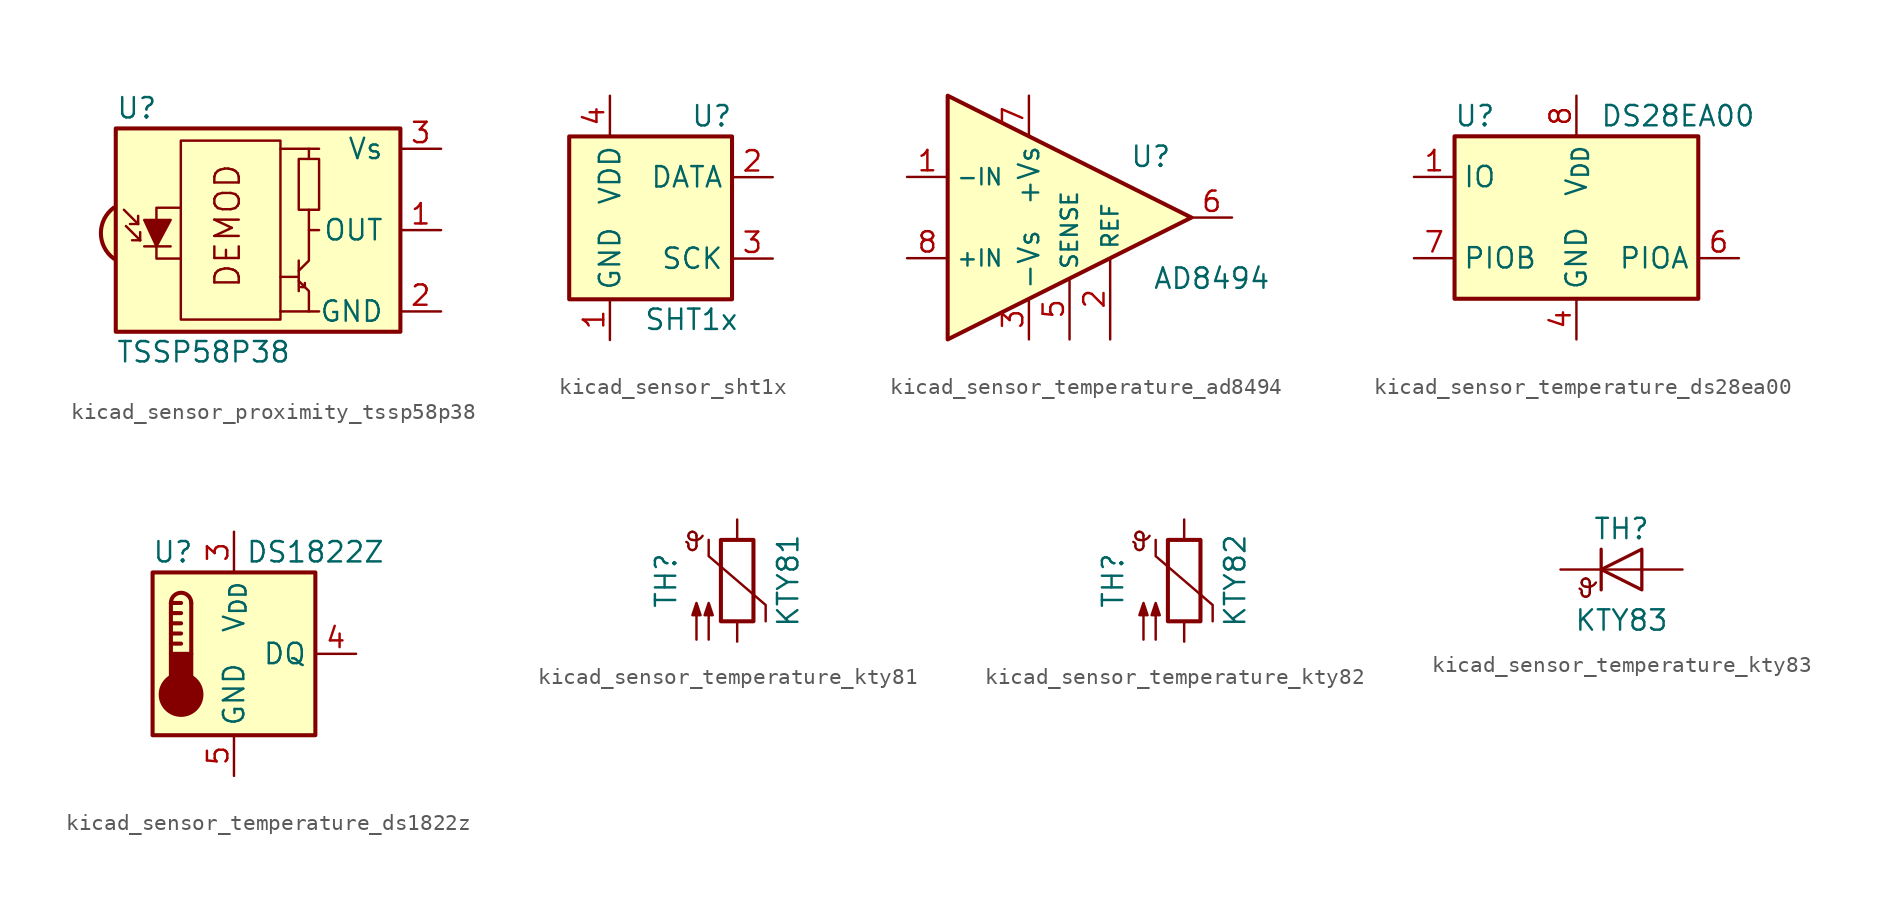
<source format=kicad_sym>
(kicad_symbol_lib
  (version 20220914)
  (generator kicad_symbol_editor)
  (symbol "kicad_sensor_proximity_tssp58p38"
    (pin_names
      (offset 1.016))
    (property "Reference" "U"
      (at -10.16 7.62 0)
      (effects (font (size 1.27 1.27)) (justify left)))
    (property "Value" "TSSP58P38"
      (at -10.16 -7.62 0)
      (effects (font (size 1.27 1.27)) (justify left)))
    (symbol "kicad_sensor_proximity_tssp58p38_0_0"
      (arc (start -10.287 1.397) (mid -11.0899 -0.1852) (end -10.287 -1.778) (stroke (width 0.254) (type default)) (fill (type background)))
      (polyline (pts (xy 1.905 -5.08) (xy 0.127 -5.08)) (stroke (width 0) (type default)) (fill (type none)))
      (polyline (pts (xy 1.905 5.08) (xy 0.127 5.08)) (stroke (width 0) (type default)) (fill (type none)))
      (text "DEMOD" (at -3.175 0.254 900) (effects (font (size 1.524 1.524)))))
    (symbol "kicad_sensor_proximity_tssp58p38_0_1"
      (rectangle (start -6.096 5.588) (end 0.127 -5.588) (stroke (width 0) (type default)) (fill (type none)))
      (polyline (pts (xy -8.763 0.381) (xy -9.652 1.27)) (stroke (width 0) (type default)) (fill (type none)))
      (polyline (pts (xy -8.763 0.381) (xy -9.271 0.381)) (stroke (width 0) (type default)) (fill (type none)))
      (polyline (pts (xy -8.763 0.381) (xy -8.763 0.889)) (stroke (width 0) (type default)) (fill (type none)))
      (polyline (pts (xy -8.636 -0.635) (xy -9.525 0.254)) (stroke (width 0) (type default)) (fill (type none)))
      (polyline (pts (xy -8.636 -0.635) (xy -9.144 -0.635)) (stroke (width 0) (type default)) (fill (type none)))
      (polyline (pts (xy -8.636 -0.635) (xy -8.636 -0.127)) (stroke (width 0) (type default)) (fill (type none)))
      (polyline (pts (xy -8.382 -1.016) (xy -6.731 -1.016)) (stroke (width 0) (type default)) (fill (type none)))
      (polyline (pts (xy 1.27 -2.921) (xy 0.127 -2.921)) (stroke (width 0) (type default)) (fill (type none)))
      (polyline (pts (xy 1.27 -1.905) (xy 1.27 -3.81)) (stroke (width 0) (type default)) (fill (type none)))
      (polyline (pts (xy 1.397 -3.556) (xy 1.524 -3.556)) (stroke (width 0) (type default)) (fill (type none)))
      (polyline (pts (xy 1.651 -3.556) (xy 1.524 -3.556)) (stroke (width 0) (type default)) (fill (type none)))
      (polyline (pts (xy 1.651 -3.556) (xy 1.651 -3.302)) (stroke (width 0) (type default)) (fill (type none)))
      (polyline (pts (xy 1.905 0) (xy 1.905 1.27)) (stroke (width 0) (type default)) (fill (type none)))
      (polyline (pts (xy 1.905 4.445) (xy 1.905 5.08) (xy 2.54 5.08)) (stroke (width 0) (type default)) (fill (type none)))
      (polyline (pts (xy -8.382 0.635) (xy -6.731 0.635) (xy -7.62 -1.016) (xy -8.382 0.635)) (stroke (width 0) (type default)) (fill (type outline)))
      (polyline (pts (xy -6.096 1.397) (xy -7.62 1.397) (xy -7.62 -1.778) (xy -6.096 -1.778)) (stroke (width 0) (type default)) (fill (type none)))
      (polyline (pts (xy 1.27 -3.175) (xy 1.905 -3.81) (xy 1.905 -5.08) (xy 2.54 -5.08)) (stroke (width 0) (type default)) (fill (type none)))
      (polyline (pts (xy 1.27 -2.54) (xy 1.905 -1.905) (xy 1.905 0) (xy 2.54 0)) (stroke (width 0) (type default)) (fill (type none)))
      (rectangle (start 2.54 1.27) (end 1.27 4.445) (stroke (width 0) (type default)) (fill (type none)))
      (rectangle (start 7.62 6.35) (end -10.16 -6.35) (stroke (width 0.254) (type default)) (fill (type background))))
    (symbol "kicad_sensor_proximity_tssp58p38_1_1"
      (pin output line (at 10.16 0 180) (length 2.54) (name "OUT" (effects (font (size 1.27 1.27)))) (number "1" (effects (font (size 1.27 1.27)))))
      (pin power_in line (at 10.16 -5.08 180) (length 2.54) (name "GND" (effects (font (size 1.27 1.27)))) (number "2" (effects (font (size 1.27 1.27)))))
      (pin power_in line (at 10.16 5.08 180) (length 2.54) (name "Vs" (effects (font (size 1.27 1.27)))) (number "3" (effects (font (size 1.27 1.27)))))))
  (symbol "kicad_sensor_sht1x"
    (property "Reference" "U"
      (at 3.81 6.35 0)
      (effects (font (size 1.27 1.27))))
    (property "Value" "SHT1x"
      (at 2.54 -6.35 0)
      (effects (font (size 1.27 1.27))))
    (symbol "kicad_sensor_sht1x_0_1"
      (rectangle (start -5.08 5.08) (end 5.08 -5.08) (stroke (width 0.254) (type default)) (fill (type background))))
    (symbol "kicad_sensor_sht1x_1_1"
      (pin power_in line (at -2.54 -7.62 90) (length 2.54) (name "GND" (effects (font (size 1.27 1.27)))) (number "1" (effects (font (size 1.27 1.27)))))
      (pin bidirectional line (at 7.62 2.54 180) (length 2.54) (name "DATA" (effects (font (size 1.27 1.27)))) (number "2" (effects (font (size 1.27 1.27)))))
      (pin input line (at 7.62 -2.54 180) (length 2.54) (name "SCK" (effects (font (size 1.27 1.27)))) (number "3" (effects (font (size 1.27 1.27)))))
      (pin power_in line (at -2.54 7.62 270) (length 2.54) (name "VDD" (effects (font (size 1.27 1.27)))) (number "4" (effects (font (size 1.27 1.27)))))))
  (symbol "kicad_sensor_temperature_ad8494"
    (property "Reference" "U"
      (at 5.08 3.81 0)
      (effects (font (size 1.27 1.27))))
    (property "Value" "AD8494"
      (at 8.89 -3.81 0)
      (effects (font (size 1.27 1.27))))
    (symbol "kicad_sensor_temperature_ad8494_0_1"
      (polyline (pts (xy -7.62 7.62) (xy 7.62 0) (xy -7.62 -7.62) (xy -7.62 7.62)) (stroke (width 0.254) (type default)) (fill (type background))))
    (symbol "kicad_sensor_temperature_ad8494_1_1"
      (pin input line (at -10.16 2.54 0) (length 2.54) (name "-IN" (effects (font (size 1.016 1.016)))) (number "1" (effects (font (size 1.27 1.27)))))
      (pin input line (at 2.54 -7.62 90) (length 5.08) (name "REF" (effects (font (size 1.016 1.016)))) (number "2" (effects (font (size 1.27 1.27)))))
      (pin power_in line (at -2.54 -7.62 90) (length 2.54) (name "-Vs" (effects (font (size 1.27 1.27)))) (number "3" (effects (font (size 1.27 1.27)))))
      (pin no_connect line (at -5.08 0 180) (length 2.54) hide (name "NC" (effects (font (size 1.27 1.27)))) (number "4" (effects (font (size 1.27 1.27)))))
      (pin passive line (at 0 -7.62 90) (length 3.81) (name "SENSE" (effects (font (size 1.016 1.016)))) (number "5" (effects (font (size 1.27 1.27)))))
      (pin output line (at 10.16 0 180) (length 2.54) (name "~" (effects (font (size 1.27 1.27)))) (number "6" (effects (font (size 1.27 1.27)))))
      (pin power_in line (at -2.54 7.62 270) (length 2.54) (name "+Vs" (effects (font (size 1.27 1.27)))) (number "7" (effects (font (size 1.27 1.27)))))
      (pin input line (at -10.16 -2.54 0) (length 2.54) (name "+IN" (effects (font (size 1.016 1.016)))) (number "8" (effects (font (size 1.27 1.27)))))))
  (symbol "kicad_sensor_temperature_ds28ea00"
    (property "Reference" "U"
      (at -6.35 6.35 0)
      (effects (font (size 1.27 1.27))))
    (property "Value" "DS28EA00"
      (at 6.35 6.35 0)
      (effects (font (size 1.27 1.27))))
    (symbol "kicad_sensor_temperature_ds28ea00_0_1"
      (rectangle (start -7.62 5.08) (end 7.62 -5.08) (stroke (width 0.254) (type default)) (fill (type background))))
    (symbol "kicad_sensor_temperature_ds28ea00_1_1"
      (pin bidirectional line (at -10.16 2.54 0) (length 2.54) (name "IO" (effects (font (size 1.27 1.27)))) (number "1" (effects (font (size 1.27 1.27)))))
      (pin no_connect line (at -7.62 0 0) (length 2.54) hide (name "NC" (effects (font (size 1.27 1.27)))) (number "2" (effects (font (size 1.27 1.27)))))
      (pin no_connect line (at 7.62 2.54 180) (length 2.54) hide (name "NC" (effects (font (size 1.27 1.27)))) (number "3" (effects (font (size 1.27 1.27)))))
      (pin power_in line (at 0 -7.62 90) (length 2.54) (name "GND" (effects (font (size 1.27 1.27)))) (number "4" (effects (font (size 1.27 1.27)))))
      (pin no_connect line (at 7.62 0 180) (length 2.54) hide (name "NC" (effects (font (size 1.27 1.27)))) (number "5" (effects (font (size 1.27 1.27)))))
      (pin bidirectional line (at 10.16 -2.54 180) (length 2.54) (name "PIOA" (effects (font (size 1.27 1.27)))) (number "6" (effects (font (size 1.27 1.27)))))
      (pin bidirectional line (at -10.16 -2.54 0) (length 2.54) (name "PIOB" (effects (font (size 1.27 1.27)))) (number "7" (effects (font (size 1.27 1.27)))))
      (pin power_in line (at 0 7.62 270) (length 2.54) (name "V_{DD}" (effects (font (size 1.27 1.27)))) (number "8" (effects (font (size 1.27 1.27)))))))
  (symbol "kicad_sensor_temperature_ds1822z"
    (property "Reference" "U"
      (at -3.81 6.35 0)
      (effects (font (size 1.27 1.27))))
    (property "Value" "DS1822Z"
      (at 5.08 6.35 0)
      (effects (font (size 1.27 1.27))))
    (symbol "kicad_sensor_temperature_ds1822z_0_1"
      (rectangle (start -5.08 5.08) (end 5.08 -5.08) (stroke (width 0.254) (type default)) (fill (type background)))
      (circle (center -3.302 -2.54) (radius 1.27) (stroke (width 0.254) (type default)) (fill (type outline)))
      (rectangle (start -2.667 -1.905) (end -3.937 0) (stroke (width 0.254) (type default)) (fill (type outline)))
      (arc (start -2.667 3.175) (mid -3.302 3.8073) (end -3.937 3.175) (stroke (width 0.254) (type default)) (fill (type none)))
      (polyline (pts (xy -3.937 0.635) (xy -3.302 0.635)) (stroke (width 0.254) (type default)) (fill (type none)))
      (polyline (pts (xy -3.937 1.27) (xy -3.302 1.27)) (stroke (width 0.254) (type default)) (fill (type none)))
      (polyline (pts (xy -3.937 1.905) (xy -3.302 1.905)) (stroke (width 0.254) (type default)) (fill (type none)))
      (polyline (pts (xy -3.937 2.54) (xy -3.302 2.54)) (stroke (width 0.254) (type default)) (fill (type none)))
      (polyline (pts (xy -3.937 3.175) (xy -3.937 0)) (stroke (width 0.254) (type default)) (fill (type none)))
      (polyline (pts (xy -3.937 3.175) (xy -3.302 3.175)) (stroke (width 0.254) (type default)) (fill (type none)))
      (polyline (pts (xy -2.667 3.175) (xy -2.667 0)) (stroke (width 0.254) (type default)) (fill (type none))))
    (symbol "kicad_sensor_temperature_ds1822z_1_1"
      (pin no_connect line (at -5.08 2.54 0) (length 2.54) hide (name "NC" (effects (font (size 1.27 1.27)))) (number "1" (effects (font (size 1.27 1.27)))))
      (pin no_connect line (at -5.08 0 0) (length 2.54) hide (name "NC" (effects (font (size 1.27 1.27)))) (number "2" (effects (font (size 1.27 1.27)))))
      (pin power_in line (at 0 7.62 270) (length 2.54) (name "V_{DD}" (effects (font (size 1.27 1.27)))) (number "3" (effects (font (size 1.27 1.27)))))
      (pin bidirectional line (at 7.62 0 180) (length 2.54) (name "DQ" (effects (font (size 1.27 1.27)))) (number "4" (effects (font (size 1.27 1.27)))))
      (pin power_in line (at 0 -7.62 90) (length 2.54) (name "GND" (effects (font (size 1.27 1.27)))) (number "5" (effects (font (size 1.27 1.27)))))
      (pin no_connect line (at -5.08 -2.54 0) (length 2.54) hide (name "NC" (effects (font (size 1.27 1.27)))) (number "6" (effects (font (size 1.27 1.27)))))
      (pin no_connect line (at 5.08 2.54 180) (length 2.54) hide (name "NC" (effects (font (size 1.27 1.27)))) (number "7" (effects (font (size 1.27 1.27)))))
      (pin no_connect line (at 5.08 -2.54 180) (length 2.54) hide (name "NC" (effects (font (size 1.27 1.27)))) (number "8" (effects (font (size 1.27 1.27)))))))
  (symbol "kicad_sensor_temperature_kty81"
    (pin_numbers hide)
    (pin_names
      (offset 0))
    (property "Reference" "TH"
      (at -4.445 0 90)
      (effects (font (size 1.27 1.27))))
    (property "Value" "KTY81"
      (at 3.175 0 90)
      (effects (font (size 1.27 1.27))))
    (symbol "kicad_sensor_temperature_kty81_0_1"
      (arc (start -3.048 2.159) (mid -3.0495 2.3143) (end -3.175 2.413) (stroke (width 0) (type default)) (fill (type none)))
      (arc (start -3.048 2.159) (mid -2.9736 1.9794) (end -2.794 1.905) (stroke (width 0) (type default)) (fill (type none)))
      (arc (start -3.048 2.794) (mid -2.9736 2.6144) (end -2.794 2.54) (stroke (width 0) (type default)) (fill (type none)))
      (arc (start -2.794 1.905) (mid -2.6144 1.9794) (end -2.54 2.159) (stroke (width 0) (type default)) (fill (type none)))
      (arc (start -2.794 2.54) (mid -2.4393 2.5587) (end -2.159 2.794) (stroke (width 0) (type default)) (fill (type none)))
      (arc (start -2.794 3.048) (mid -2.9736 2.9736) (end -3.048 2.794) (stroke (width 0) (type default)) (fill (type none)))
      (arc (start -2.54 2.794) (mid -2.6144 2.9736) (end -2.794 3.048) (stroke (width 0) (type default)) (fill (type none)))
      (rectangle (start -1.016 2.54) (end 1.016 -2.54) (stroke (width 0.254) (type default)) (fill (type none)))
      (polyline (pts (xy -2.54 2.159) (xy -2.54 2.794)) (stroke (width 0) (type default)) (fill (type none)))
      (polyline (pts (xy -1.778 2.54) (xy -1.778 1.524) (xy 1.778 -1.524) (xy 1.778 -2.54)) (stroke (width 0) (type default)) (fill (type none)))
      (polyline (pts (xy -2.54 -3.683) (xy -2.54 -1.397) (xy -2.794 -2.159) (xy -2.286 -2.159) (xy -2.54 -1.397) (xy -2.54 -1.651)) (stroke (width 0) (type default)) (fill (type outline)))
      (polyline (pts (xy -1.778 -3.683) (xy -1.778 -1.397) (xy -2.032 -2.159) (xy -1.524 -2.159) (xy -1.778 -1.397) (xy -1.778 -1.651)) (stroke (width 0) (type default)) (fill (type outline))))
    (symbol "kicad_sensor_temperature_kty81_1_1"
      (pin passive line (at 0 3.81 270) (length 1.27) (name "~" (effects (font (size 1.27 1.27)))) (number "1" (effects (font (size 1.27 1.27)))))
      (pin passive line (at 0 -3.81 90) (length 1.27) (name "~" (effects (font (size 1.27 1.27)))) (number "2" (effects (font (size 1.27 1.27)))))))
  (symbol "kicad_sensor_temperature_kty82"
    (pin_numbers hide)
    (pin_names
      (offset 0))
    (property "Reference" "TH"
      (at -4.445 0 90)
      (effects (font (size 1.27 1.27))))
    (property "Value" "KTY82"
      (at 3.175 0 90)
      (effects (font (size 1.27 1.27))))
    (symbol "kicad_sensor_temperature_kty82_0_1"
      (arc (start -3.048 2.159) (mid -3.0495 2.3143) (end -3.175 2.413) (stroke (width 0) (type default)) (fill (type none)))
      (arc (start -3.048 2.159) (mid -2.9736 1.9794) (end -2.794 1.905) (stroke (width 0) (type default)) (fill (type none)))
      (arc (start -3.048 2.794) (mid -2.9736 2.6144) (end -2.794 2.54) (stroke (width 0) (type default)) (fill (type none)))
      (arc (start -2.794 1.905) (mid -2.6144 1.9794) (end -2.54 2.159) (stroke (width 0) (type default)) (fill (type none)))
      (arc (start -2.794 2.54) (mid -2.4393 2.5587) (end -2.159 2.794) (stroke (width 0) (type default)) (fill (type none)))
      (arc (start -2.794 3.048) (mid -2.9736 2.9736) (end -3.048 2.794) (stroke (width 0) (type default)) (fill (type none)))
      (arc (start -2.54 2.794) (mid -2.6144 2.9736) (end -2.794 3.048) (stroke (width 0) (type default)) (fill (type none)))
      (rectangle (start -1.016 2.54) (end 1.016 -2.54) (stroke (width 0.254) (type default)) (fill (type none)))
      (polyline (pts (xy -2.54 2.159) (xy -2.54 2.794)) (stroke (width 0) (type default)) (fill (type none)))
      (polyline (pts (xy -1.778 2.54) (xy -1.778 1.524) (xy 1.778 -1.524) (xy 1.778 -2.54)) (stroke (width 0) (type default)) (fill (type none)))
      (polyline (pts (xy -2.54 -3.683) (xy -2.54 -1.397) (xy -2.794 -2.159) (xy -2.286 -2.159) (xy -2.54 -1.397) (xy -2.54 -1.651)) (stroke (width 0) (type default)) (fill (type outline)))
      (polyline (pts (xy -1.778 -3.683) (xy -1.778 -1.397) (xy -2.032 -2.159) (xy -1.524 -2.159) (xy -1.778 -1.397) (xy -1.778 -1.651)) (stroke (width 0) (type default)) (fill (type outline))))
    (symbol "kicad_sensor_temperature_kty82_1_1"
      (pin passive line (at 0 3.81 270) (length 1.27) (name "~" (effects (font (size 1.27 1.27)))) (number "1" (effects (font (size 1.27 1.27)))))
      (pin passive line (at 0 -3.81 90) (length 1.27) (name "~" (effects (font (size 1.27 1.27)))) (number "2" (effects (font (size 1.27 1.27)))))))
  (symbol "kicad_sensor_temperature_kty83"
    (pin_numbers hide)
    (pin_names
      (offset 0) hide)
    (property "Reference" "TH"
      (at 0 2.54 0)
      (effects (font (size 1.27 1.27))))
    (property "Value" "KTY83"
      (at 0 -3.175 0)
      (effects (font (size 1.27 1.27))))
    (symbol "kicad_sensor_temperature_kty83_0_1"
      (arc (start -2.4892 -1.4478) (mid -2.4907 -1.2925) (end -2.6162 -1.1938) (stroke (width 0) (type default)) (fill (type none)))
      (arc (start -2.4892 -1.4478) (mid -2.4148 -1.6274) (end -2.2352 -1.7018) (stroke (width 0) (type default)) (fill (type none)))
      (arc (start -2.4892 -0.8128) (mid -2.4148 -0.9924) (end -2.2352 -1.0668) (stroke (width 0) (type default)) (fill (type none)))
      (arc (start -2.2352 -1.7018) (mid -2.0556 -1.6274) (end -1.9812 -1.4478) (stroke (width 0) (type default)) (fill (type none)))
      (arc (start -2.2352 -1.0668) (mid -1.8805 -1.0481) (end -1.6002 -0.8128) (stroke (width 0) (type default)) (fill (type none)))
      (arc (start -2.2352 -0.5588) (mid -2.4148 -0.6332) (end -2.4892 -0.8128) (stroke (width 0) (type default)) (fill (type none)))
      (arc (start -1.9812 -0.8128) (mid -2.0556 -0.6332) (end -2.2352 -0.5588) (stroke (width 0) (type default)) (fill (type none)))
      (polyline (pts (xy -1.981 -1.422) (xy -1.981 -0.813)) (stroke (width 0) (type default)) (fill (type none)))
      (polyline (pts (xy -1.27 1.27) (xy -1.27 -1.27)) (stroke (width 0.203) (type default)) (fill (type none)))
      (polyline (pts (xy 1.27 0) (xy -1.27 0)) (stroke (width 0) (type default)) (fill (type none)))
      (polyline (pts (xy 1.27 -1.27) (xy 1.27 1.27) (xy -1.27 0) (xy 1.27 -1.27)) (stroke (width 0.203) (type default)) (fill (type none))))
    (symbol "kicad_sensor_temperature_kty83_1_1"
      (pin passive line (at -3.81 0 0) (length 2.54) (name "K" (effects (font (size 1.27 1.27)))) (number "1" (effects (font (size 1.27 1.27)))))
      (pin passive line (at 3.81 0 180) (length 2.54) (name "A" (effects (font (size 1.27 1.27)))) (number "2" (effects (font (size 1.27 1.27))))))))
</source>
